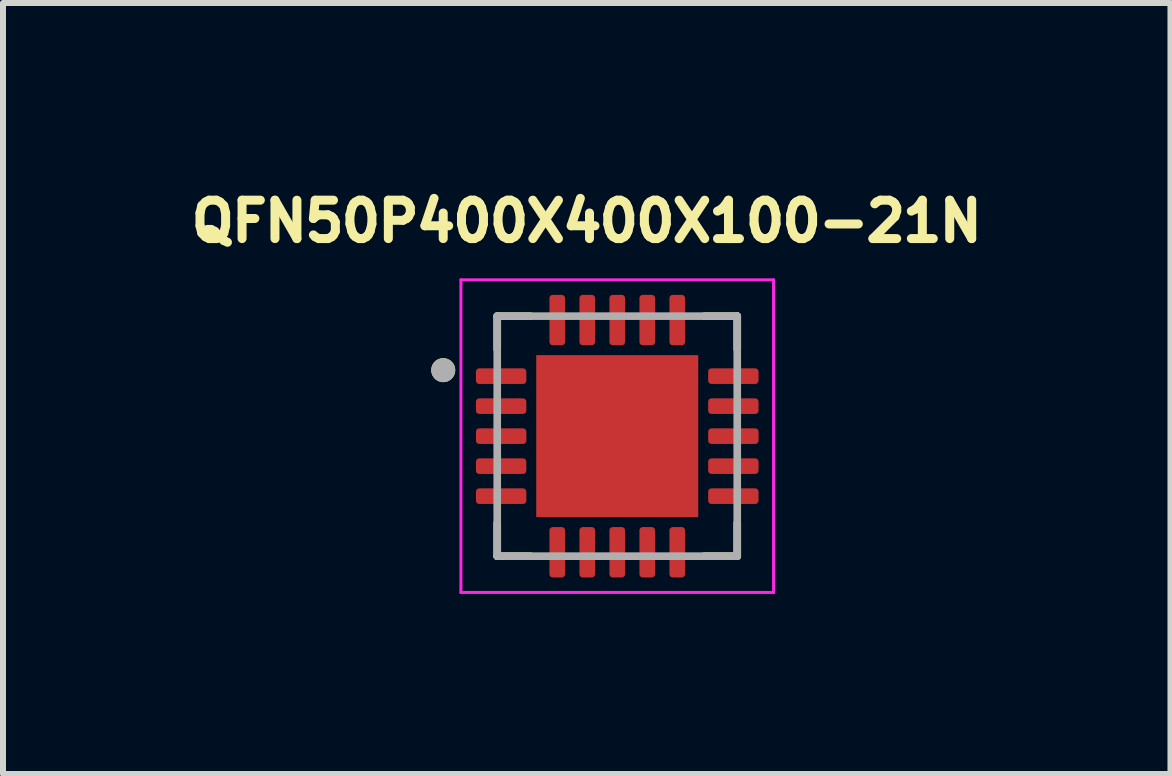
<source format=kicad_pcb>
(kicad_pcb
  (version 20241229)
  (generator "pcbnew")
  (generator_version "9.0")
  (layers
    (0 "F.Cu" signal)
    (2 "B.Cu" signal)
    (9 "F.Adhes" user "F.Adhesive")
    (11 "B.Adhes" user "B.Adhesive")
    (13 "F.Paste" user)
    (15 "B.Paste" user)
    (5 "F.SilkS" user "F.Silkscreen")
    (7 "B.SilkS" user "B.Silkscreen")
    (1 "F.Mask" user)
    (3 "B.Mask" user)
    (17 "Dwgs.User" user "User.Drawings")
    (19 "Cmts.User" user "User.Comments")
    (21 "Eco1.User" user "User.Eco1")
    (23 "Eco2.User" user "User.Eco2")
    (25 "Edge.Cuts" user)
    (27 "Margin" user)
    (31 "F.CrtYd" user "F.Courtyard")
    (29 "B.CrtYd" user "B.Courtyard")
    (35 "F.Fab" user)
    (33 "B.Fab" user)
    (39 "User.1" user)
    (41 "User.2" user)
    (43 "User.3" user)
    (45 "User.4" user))
  (footprint "QFN50P400X400X100-21N"
    (layer "F.Cu")
    (at 7.237 4.219)
    (property "Reference" "QFN50P400X400X100-21N" (at -0.508 -3.581 0) (layer "F.SilkS") (effects (font (size 0.64 0.64) (thickness 0.15))))
    (attr through_hole)
    (fp_line (start -2 -2) (end -2 -1.45) (stroke (width 0.127) (type solid)) (layer "F.SilkS"))
    (fp_line (start -2 -2) (end -1.45 -2) (stroke (width 0.127) (type solid)) (layer "F.SilkS"))
    (fp_line (start -2 2) (end -2 1.45) (stroke (width 0.127) (type solid)) (layer "F.SilkS"))
    (fp_line (start -2 2) (end -1.45 2) (stroke (width 0.127) (type solid)) (layer "F.SilkS"))
    (fp_line (start 1.45 -2) (end 2 -2) (stroke (width 0.127) (type solid)) (layer "F.SilkS"))
    (fp_line (start 2 -2) (end 2 -1.45) (stroke (width 0.127) (type solid)) (layer "F.SilkS"))
    (fp_line (start 2 1.45) (end 2 2) (stroke (width 0.127) (type solid)) (layer "F.SilkS"))
    (fp_line (start 2 2) (end 1.45 2) (stroke (width 0.127) (type solid)) (layer "F.SilkS"))
    (fp_circle (center -2.9 -1.1) (end -2.8 -1.1) (stroke (width 0.2) (type solid)) (fill no) (layer "F.SilkS"))
    (fp_poly (pts (xy -1.09 -1.09) (xy -0.13 -1.09) (xy -0.13 -0.13) (xy -1.09 -0.13)) (stroke (width 0.01) (type solid)) (fill yes) (layer "F.Paste"))
    (fp_poly (pts (xy -1.09 0.13) (xy -0.13 0.13) (xy -0.13 1.09) (xy -1.09 1.09)) (stroke (width 0.01) (type solid)) (fill yes) (layer "F.Paste"))
    (fp_poly (pts (xy 0.13 -1.09) (xy 1.09 -1.09) (xy 1.09 -0.13) (xy 0.13 -0.13)) (stroke (width 0.01) (type solid)) (fill yes) (layer "F.Paste"))
    (fp_poly (pts (xy 0.13 0.13) (xy 1.09 0.13) (xy 1.09 1.09) (xy 0.13 1.09)) (stroke (width 0.01) (type solid)) (fill yes) (layer "F.Paste"))
    (fp_line (start -2.605 -2.605) (end 2.605 -2.605) (stroke (width 0.05) (type solid)) (layer "F.CrtYd"))
    (fp_line (start -2.605 2.605) (end -2.605 -2.605) (stroke (width 0.05) (type solid)) (layer "F.CrtYd"))
    (fp_line (start 2.605 -2.605) (end 2.605 2.605) (stroke (width 0.05) (type solid)) (layer "F.CrtYd"))
    (fp_line (start 2.605 2.605) (end -2.605 2.605) (stroke (width 0.05) (type solid)) (layer "F.CrtYd"))
    (fp_line (start -2 -2) (end -2 2) (stroke (width 0.127) (type solid)) (layer "F.Fab"))
    (fp_line (start -2 2) (end 2 2) (stroke (width 0.127) (type solid)) (layer "F.Fab"))
    (fp_line (start 2 -2) (end -2 -2) (stroke (width 0.127) (type solid)) (layer "F.Fab"))
    (fp_line (start 2 2) (end 2 -2) (stroke (width 0.127) (type solid)) (layer "F.Fab"))
    (fp_circle (center -2.9 -1.1) (end -2.8 -1.1) (stroke (width 0.2) (type solid)) (fill no) (layer "F.Fab"))
    (pad "1" smd roundrect (at -1.935 -1 270) (size 0.26 0.84) (layers "F.Cu" "F.Mask" "F.Paste") (roundrect_rratio 0.21))
    (pad "2" smd roundrect (at -1.935 -0.5 270) (size 0.26 0.84) (layers "F.Cu" "F.Mask" "F.Paste") (roundrect_rratio 0.21))
    (pad "3" smd roundrect (at -1.935 0 270) (size 0.26 0.84) (layers "F.Cu" "F.Mask" "F.Paste") (roundrect_rratio 0.21))
    (pad "4" smd roundrect (at -1.935 0.5 270) (size 0.26 0.84) (layers "F.Cu" "F.Mask" "F.Paste") (roundrect_rratio 0.21))
    (pad "5" smd roundrect (at -1.935 1 270) (size 0.26 0.84) (layers "F.Cu" "F.Mask" "F.Paste") (roundrect_rratio 0.21))
    (pad "6" smd roundrect (at -1 1.935 180) (size 0.26 0.84) (layers "F.Cu" "F.Mask" "F.Paste") (roundrect_rratio 0.21))
    (pad "7" smd roundrect (at -0.5 1.935 180) (size 0.26 0.84) (layers "F.Cu" "F.Mask" "F.Paste") (roundrect_rratio 0.21))
    (pad "8" smd roundrect (at 0 1.935 180) (size 0.26 0.84) (layers "F.Cu" "F.Mask" "F.Paste") (roundrect_rratio 0.21))
    (pad "9" smd roundrect (at 0.5 1.935 180) (size 0.26 0.84) (layers "F.Cu" "F.Mask" "F.Paste") (roundrect_rratio 0.21))
    (pad "10" smd roundrect (at 1 1.935 180) (size 0.26 0.84) (layers "F.Cu" "F.Mask" "F.Paste") (roundrect_rratio 0.21))
    (pad "11" smd roundrect (at 1.935 1 270) (size 0.26 0.84) (layers "F.Cu" "F.Mask" "F.Paste") (roundrect_rratio 0.21))
    (pad "12" smd roundrect (at 1.935 0.5 270) (size 0.26 0.84) (layers "F.Cu" "F.Mask" "F.Paste") (roundrect_rratio 0.21))
    (pad "13" smd roundrect (at 1.935 0 270) (size 0.26 0.84) (layers "F.Cu" "F.Mask" "F.Paste") (roundrect_rratio 0.21))
    (pad "14" smd roundrect (at 1.935 -0.5 270) (size 0.26 0.84) (layers "F.Cu" "F.Mask" "F.Paste") (roundrect_rratio 0.21))
    (pad "15" smd roundrect (at 1.935 -1 270) (size 0.26 0.84) (layers "F.Cu" "F.Mask" "F.Paste") (roundrect_rratio 0.21))
    (pad "16" smd roundrect (at 1 -1.935 180) (size 0.26 0.84) (layers "F.Cu" "F.Mask" "F.Paste") (roundrect_rratio 0.21))
    (pad "17" smd roundrect (at 0.5 -1.935 180) (size 0.26 0.84) (layers "F.Cu" "F.Mask" "F.Paste") (roundrect_rratio 0.21))
    (pad "18" smd roundrect (at 0 -1.935 180) (size 0.26 0.84) (layers "F.Cu" "F.Mask" "F.Paste") (roundrect_rratio 0.21))
    (pad "19" smd roundrect (at -0.5 -1.935 180) (size 0.26 0.84) (layers "F.Cu" "F.Mask" "F.Paste") (roundrect_rratio 0.21))
    (pad "20" smd roundrect (at -1 -1.935 180) (size 0.26 0.84) (layers "F.Cu" "F.Mask" "F.Paste") (roundrect_rratio 0.21))
    (pad "21" smd rect (at 0 0) (size 2.7 2.7) (layers "F.Cu" "F.Mask")))
  (gr_rect
    (start -3 -3)
    (end 16.457 9.849)
    (stroke (width 0.1) (type default))
    (fill no)
    (layer "Edge.Cuts")))
</source>
